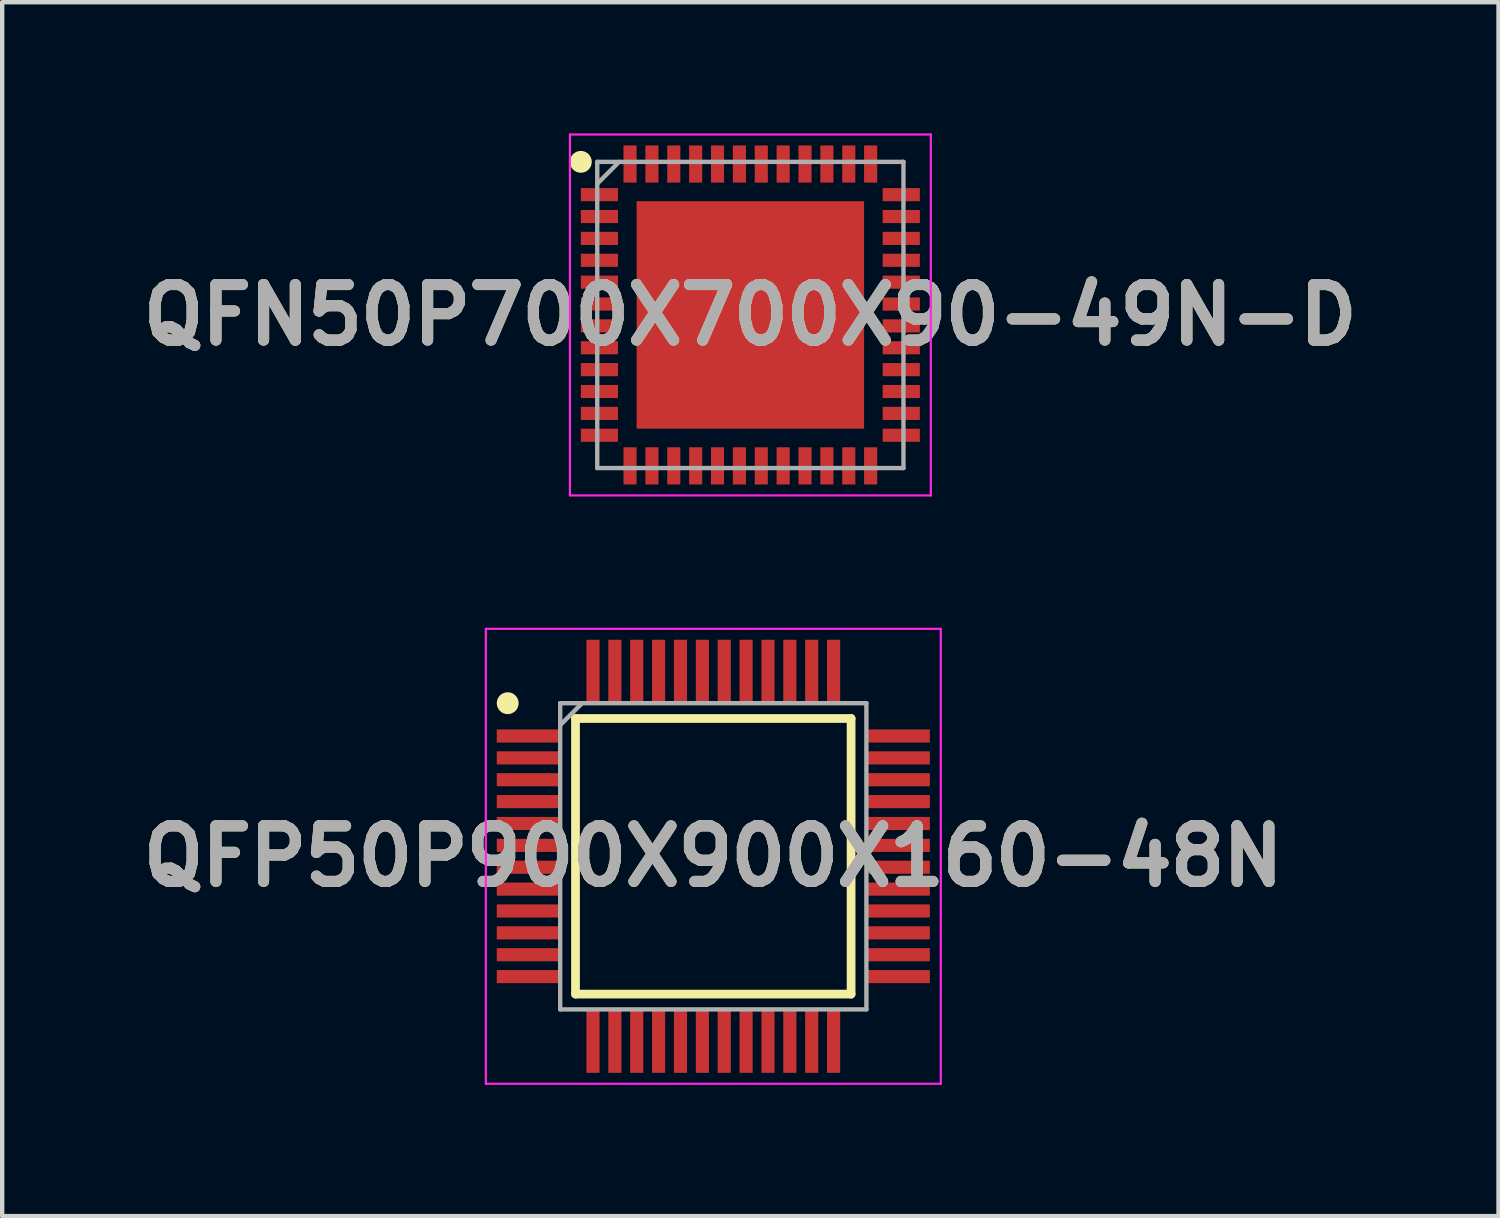
<source format=kicad_pcb>
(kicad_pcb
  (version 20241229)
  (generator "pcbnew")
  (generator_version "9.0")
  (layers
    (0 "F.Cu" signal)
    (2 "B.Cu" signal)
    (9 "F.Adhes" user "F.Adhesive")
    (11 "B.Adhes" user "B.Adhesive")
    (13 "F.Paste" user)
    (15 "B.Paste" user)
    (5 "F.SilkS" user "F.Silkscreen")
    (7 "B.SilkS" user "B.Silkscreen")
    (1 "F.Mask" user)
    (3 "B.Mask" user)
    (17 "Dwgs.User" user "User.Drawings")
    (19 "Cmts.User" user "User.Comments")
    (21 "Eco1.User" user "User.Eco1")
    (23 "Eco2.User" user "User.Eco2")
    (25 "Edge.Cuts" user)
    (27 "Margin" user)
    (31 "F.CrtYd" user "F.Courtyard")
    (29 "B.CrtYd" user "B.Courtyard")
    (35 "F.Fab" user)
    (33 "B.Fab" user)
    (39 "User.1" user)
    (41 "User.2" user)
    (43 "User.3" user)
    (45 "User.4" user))
  (footprint "QFP50P900X900X160-48N"
    (layer "F.Cu")
    (at 13.256 16.525)
    (property "Reference" "QFP50P900X900X160-48N" (at 0 0 0) (layer "F.SilkS") (effects (font (size 1.27 1.27) (thickness 0.254))))
    (attr smd)
    (fp_line (start -3.15 -3.15) (end 3.15 -3.15) (stroke (width 0.2) (type solid)) (layer "F.SilkS"))
    (fp_line (start -3.15 3.15) (end -3.15 -3.15) (stroke (width 0.2) (type solid)) (layer "F.SilkS"))
    (fp_line (start 3.15 -3.15) (end 3.15 3.15) (stroke (width 0.2) (type solid)) (layer "F.SilkS"))
    (fp_line (start 3.15 3.15) (end -3.15 3.15) (stroke (width 0.2) (type solid)) (layer "F.SilkS"))
    (fp_circle (center -4.7 -3.5) (end -4.7 -3.375) (stroke (width 0.25) (type solid)) (fill no) (layer "F.SilkS"))
    (fp_line (start -5.2 -5.2) (end 5.2 -5.2) (stroke (width 0.05) (type solid)) (layer "F.CrtYd"))
    (fp_line (start -5.2 5.2) (end -5.2 -5.2) (stroke (width 0.05) (type solid)) (layer "F.CrtYd"))
    (fp_line (start 5.2 -5.2) (end 5.2 5.2) (stroke (width 0.05) (type solid)) (layer "F.CrtYd"))
    (fp_line (start 5.2 5.2) (end -5.2 5.2) (stroke (width 0.05) (type solid)) (layer "F.CrtYd"))
    (fp_line (start -3.5 -3.5) (end 3.5 -3.5) (stroke (width 0.1) (type solid)) (layer "F.Fab"))
    (fp_line (start -3.5 -3) (end -3 -3.5) (stroke (width 0.1) (type solid)) (layer "F.Fab"))
    (fp_line (start -3.5 3.5) (end -3.5 -3.5) (stroke (width 0.1) (type solid)) (layer "F.Fab"))
    (fp_line (start 3.5 -3.5) (end 3.5 3.5) (stroke (width 0.1) (type solid)) (layer "F.Fab"))
    (fp_line (start 3.5 3.5) (end -3.5 3.5) (stroke (width 0.1) (type solid)) (layer "F.Fab"))
    (fp_text user "${REFERENCE}" (at 0 0 0) (layer "F.Fab") (effects (font (size 1.27 1.27) (thickness 0.254))))
    (pad "1" smd rect (at -4.225 -2.75 90) (size 0.3 1.45) (layers "F.Cu" "F.Mask" "F.Paste"))
    (pad "2" smd rect (at -4.225 -2.25 90) (size 0.3 1.45) (layers "F.Cu" "F.Mask" "F.Paste"))
    (pad "3" smd rect (at -4.225 -1.75 90) (size 0.3 1.45) (layers "F.Cu" "F.Mask" "F.Paste"))
    (pad "4" smd rect (at -4.225 -1.25 90) (size 0.3 1.45) (layers "F.Cu" "F.Mask" "F.Paste"))
    (pad "5" smd rect (at -4.225 -0.75 90) (size 0.3 1.45) (layers "F.Cu" "F.Mask" "F.Paste"))
    (pad "6" smd rect (at -4.225 -0.25 90) (size 0.3 1.45) (layers "F.Cu" "F.Mask" "F.Paste"))
    (pad "7" smd rect (at -4.225 0.25 90) (size 0.3 1.45) (layers "F.Cu" "F.Mask" "F.Paste"))
    (pad "8" smd rect (at -4.225 0.75 90) (size 0.3 1.45) (layers "F.Cu" "F.Mask" "F.Paste"))
    (pad "9" smd rect (at -4.225 1.25 90) (size 0.3 1.45) (layers "F.Cu" "F.Mask" "F.Paste"))
    (pad "10" smd rect (at -4.225 1.75 90) (size 0.3 1.45) (layers "F.Cu" "F.Mask" "F.Paste"))
    (pad "11" smd rect (at -4.225 2.25 90) (size 0.3 1.45) (layers "F.Cu" "F.Mask" "F.Paste"))
    (pad "12" smd rect (at -4.225 2.75 90) (size 0.3 1.45) (layers "F.Cu" "F.Mask" "F.Paste"))
    (pad "13" smd rect (at -2.75 4.225) (size 0.3 1.45) (layers "F.Cu" "F.Mask" "F.Paste"))
    (pad "14" smd rect (at -2.25 4.225) (size 0.3 1.45) (layers "F.Cu" "F.Mask" "F.Paste"))
    (pad "15" smd rect (at -1.75 4.225) (size 0.3 1.45) (layers "F.Cu" "F.Mask" "F.Paste"))
    (pad "16" smd rect (at -1.25 4.225) (size 0.3 1.45) (layers "F.Cu" "F.Mask" "F.Paste"))
    (pad "17" smd rect (at -0.75 4.225) (size 0.3 1.45) (layers "F.Cu" "F.Mask" "F.Paste"))
    (pad "18" smd rect (at -0.25 4.225) (size 0.3 1.45) (layers "F.Cu" "F.Mask" "F.Paste"))
    (pad "19" smd rect (at 0.25 4.225) (size 0.3 1.45) (layers "F.Cu" "F.Mask" "F.Paste"))
    (pad "20" smd rect (at 0.75 4.225) (size 0.3 1.45) (layers "F.Cu" "F.Mask" "F.Paste"))
    (pad "21" smd rect (at 1.25 4.225) (size 0.3 1.45) (layers "F.Cu" "F.Mask" "F.Paste"))
    (pad "22" smd rect (at 1.75 4.225) (size 0.3 1.45) (layers "F.Cu" "F.Mask" "F.Paste"))
    (pad "23" smd rect (at 2.25 4.225) (size 0.3 1.45) (layers "F.Cu" "F.Mask" "F.Paste"))
    (pad "24" smd rect (at 2.75 4.225) (size 0.3 1.45) (layers "F.Cu" "F.Mask" "F.Paste"))
    (pad "25" smd rect (at 4.225 2.75 90) (size 0.3 1.45) (layers "F.Cu" "F.Mask" "F.Paste"))
    (pad "26" smd rect (at 4.225 2.25 90) (size 0.3 1.45) (layers "F.Cu" "F.Mask" "F.Paste"))
    (pad "27" smd rect (at 4.225 1.75 90) (size 0.3 1.45) (layers "F.Cu" "F.Mask" "F.Paste"))
    (pad "28" smd rect (at 4.225 1.25 90) (size 0.3 1.45) (layers "F.Cu" "F.Mask" "F.Paste"))
    (pad "29" smd rect (at 4.225 0.75 90) (size 0.3 1.45) (layers "F.Cu" "F.Mask" "F.Paste"))
    (pad "30" smd rect (at 4.225 0.25 90) (size 0.3 1.45) (layers "F.Cu" "F.Mask" "F.Paste"))
    (pad "31" smd rect (at 4.225 -0.25 90) (size 0.3 1.45) (layers "F.Cu" "F.Mask" "F.Paste"))
    (pad "32" smd rect (at 4.225 -0.75 90) (size 0.3 1.45) (layers "F.Cu" "F.Mask" "F.Paste"))
    (pad "33" smd rect (at 4.225 -1.25 90) (size 0.3 1.45) (layers "F.Cu" "F.Mask" "F.Paste"))
    (pad "34" smd rect (at 4.225 -1.75 90) (size 0.3 1.45) (layers "F.Cu" "F.Mask" "F.Paste"))
    (pad "35" smd rect (at 4.225 -2.25 90) (size 0.3 1.45) (layers "F.Cu" "F.Mask" "F.Paste"))
    (pad "36" smd rect (at 4.225 -2.75 90) (size 0.3 1.45) (layers "F.Cu" "F.Mask" "F.Paste"))
    (pad "37" smd rect (at 2.75 -4.225) (size 0.3 1.45) (layers "F.Cu" "F.Mask" "F.Paste"))
    (pad "38" smd rect (at 2.25 -4.225) (size 0.3 1.45) (layers "F.Cu" "F.Mask" "F.Paste"))
    (pad "39" smd rect (at 1.75 -4.225) (size 0.3 1.45) (layers "F.Cu" "F.Mask" "F.Paste"))
    (pad "40" smd rect (at 1.25 -4.225) (size 0.3 1.45) (layers "F.Cu" "F.Mask" "F.Paste"))
    (pad "41" smd rect (at 0.75 -4.225) (size 0.3 1.45) (layers "F.Cu" "F.Mask" "F.Paste"))
    (pad "42" smd rect (at 0.25 -4.225) (size 0.3 1.45) (layers "F.Cu" "F.Mask" "F.Paste"))
    (pad "43" smd rect (at -0.25 -4.225) (size 0.3 1.45) (layers "F.Cu" "F.Mask" "F.Paste"))
    (pad "44" smd rect (at -0.75 -4.225) (size 0.3 1.45) (layers "F.Cu" "F.Mask" "F.Paste"))
    (pad "45" smd rect (at -1.25 -4.225) (size 0.3 1.45) (layers "F.Cu" "F.Mask" "F.Paste"))
    (pad "46" smd rect (at -1.75 -4.225) (size 0.3 1.45) (layers "F.Cu" "F.Mask" "F.Paste"))
    (pad "47" smd rect (at -2.25 -4.225) (size 0.3 1.45) (layers "F.Cu" "F.Mask" "F.Paste"))
    (pad "48" smd rect (at -2.75 -4.225) (size 0.3 1.45) (layers "F.Cu" "F.Mask" "F.Paste")))
  (footprint "QFN50P700X700X90-49N-D"
    (layer "F.Cu")
    (at 14.103 4.15)
    (property "Reference" "QFN50P700X700X90-49N-D" (at 0 0 0) (layer "F.SilkS") (effects (font (size 1.27 1.27) (thickness 0.254))))
    (attr smd)
    (fp_circle (center -3.875 -3.5) (end -3.875 -3.375) (stroke (width 0.25) (type solid)) (fill no) (layer "F.SilkS"))
    (fp_line (start -4.125 -4.125) (end 4.125 -4.125) (stroke (width 0.05) (type solid)) (layer "F.CrtYd"))
    (fp_line (start -4.125 4.125) (end -4.125 -4.125) (stroke (width 0.05) (type solid)) (layer "F.CrtYd"))
    (fp_line (start 4.125 -4.125) (end 4.125 4.125) (stroke (width 0.05) (type solid)) (layer "F.CrtYd"))
    (fp_line (start 4.125 4.125) (end -4.125 4.125) (stroke (width 0.05) (type solid)) (layer "F.CrtYd"))
    (fp_line (start -3.5 -3.5) (end 3.5 -3.5) (stroke (width 0.1) (type solid)) (layer "F.Fab"))
    (fp_line (start -3.5 -3) (end -3 -3.5) (stroke (width 0.1) (type solid)) (layer "F.Fab"))
    (fp_line (start -3.5 3.5) (end -3.5 -3.5) (stroke (width 0.1) (type solid)) (layer "F.Fab"))
    (fp_line (start 3.5 -3.5) (end 3.5 3.5) (stroke (width 0.1) (type solid)) (layer "F.Fab"))
    (fp_line (start 3.5 3.5) (end -3.5 3.5) (stroke (width 0.1) (type solid)) (layer "F.Fab"))
    (fp_text user "${REFERENCE}" (at 0 0 0) (layer "F.Fab") (effects (font (size 1.27 1.27) (thickness 0.254))))
    (pad "1" smd rect (at -3.45 -2.75 90) (size 0.3 0.85) (layers "F.Cu" "F.Mask" "F.Paste"))
    (pad "2" smd rect (at -3.45 -2.25 90) (size 0.3 0.85) (layers "F.Cu" "F.Mask" "F.Paste"))
    (pad "3" smd rect (at -3.45 -1.75 90) (size 0.3 0.85) (layers "F.Cu" "F.Mask" "F.Paste"))
    (pad "4" smd rect (at -3.45 -1.25 90) (size 0.3 0.85) (layers "F.Cu" "F.Mask" "F.Paste"))
    (pad "5" smd rect (at -3.45 -0.75 90) (size 0.3 0.85) (layers "F.Cu" "F.Mask" "F.Paste"))
    (pad "6" smd rect (at -3.45 -0.25 90) (size 0.3 0.85) (layers "F.Cu" "F.Mask" "F.Paste"))
    (pad "7" smd rect (at -3.45 0.25 90) (size 0.3 0.85) (layers "F.Cu" "F.Mask" "F.Paste"))
    (pad "8" smd rect (at -3.45 0.75 90) (size 0.3 0.85) (layers "F.Cu" "F.Mask" "F.Paste"))
    (pad "9" smd rect (at -3.45 1.25 90) (size 0.3 0.85) (layers "F.Cu" "F.Mask" "F.Paste"))
    (pad "10" smd rect (at -3.45 1.75 90) (size 0.3 0.85) (layers "F.Cu" "F.Mask" "F.Paste"))
    (pad "11" smd rect (at -3.45 2.25 90) (size 0.3 0.85) (layers "F.Cu" "F.Mask" "F.Paste"))
    (pad "12" smd rect (at -3.45 2.75 90) (size 0.3 0.85) (layers "F.Cu" "F.Mask" "F.Paste"))
    (pad "13" smd rect (at -2.75 3.45) (size 0.3 0.85) (layers "F.Cu" "F.Mask" "F.Paste"))
    (pad "14" smd rect (at -2.25 3.45) (size 0.3 0.85) (layers "F.Cu" "F.Mask" "F.Paste"))
    (pad "15" smd rect (at -1.75 3.45) (size 0.3 0.85) (layers "F.Cu" "F.Mask" "F.Paste"))
    (pad "16" smd rect (at -1.25 3.45) (size 0.3 0.85) (layers "F.Cu" "F.Mask" "F.Paste"))
    (pad "17" smd rect (at -0.75 3.45) (size 0.3 0.85) (layers "F.Cu" "F.Mask" "F.Paste"))
    (pad "18" smd rect (at -0.25 3.45) (size 0.3 0.85) (layers "F.Cu" "F.Mask" "F.Paste"))
    (pad "19" smd rect (at 0.25 3.45) (size 0.3 0.85) (layers "F.Cu" "F.Mask" "F.Paste"))
    (pad "20" smd rect (at 0.75 3.45) (size 0.3 0.85) (layers "F.Cu" "F.Mask" "F.Paste"))
    (pad "21" smd rect (at 1.25 3.45) (size 0.3 0.85) (layers "F.Cu" "F.Mask" "F.Paste"))
    (pad "22" smd rect (at 1.75 3.45) (size 0.3 0.85) (layers "F.Cu" "F.Mask" "F.Paste"))
    (pad "23" smd rect (at 2.25 3.45) (size 0.3 0.85) (layers "F.Cu" "F.Mask" "F.Paste"))
    (pad "24" smd rect (at 2.75 3.45) (size 0.3 0.85) (layers "F.Cu" "F.Mask" "F.Paste"))
    (pad "25" smd rect (at 3.45 2.75 90) (size 0.3 0.85) (layers "F.Cu" "F.Mask" "F.Paste"))
    (pad "26" smd rect (at 3.45 2.25 90) (size 0.3 0.85) (layers "F.Cu" "F.Mask" "F.Paste"))
    (pad "27" smd rect (at 3.45 1.75 90) (size 0.3 0.85) (layers "F.Cu" "F.Mask" "F.Paste"))
    (pad "28" smd rect (at 3.45 1.25 90) (size 0.3 0.85) (layers "F.Cu" "F.Mask" "F.Paste"))
    (pad "29" smd rect (at 3.45 0.75 90) (size 0.3 0.85) (layers "F.Cu" "F.Mask" "F.Paste"))
    (pad "30" smd rect (at 3.45 0.25 90) (size 0.3 0.85) (layers "F.Cu" "F.Mask" "F.Paste"))
    (pad "31" smd rect (at 3.45 -0.25 90) (size 0.3 0.85) (layers "F.Cu" "F.Mask" "F.Paste"))
    (pad "32" smd rect (at 3.45 -0.75 90) (size 0.3 0.85) (layers "F.Cu" "F.Mask" "F.Paste"))
    (pad "33" smd rect (at 3.45 -1.25 90) (size 0.3 0.85) (layers "F.Cu" "F.Mask" "F.Paste"))
    (pad "34" smd rect (at 3.45 -1.75 90) (size 0.3 0.85) (layers "F.Cu" "F.Mask" "F.Paste"))
    (pad "35" smd rect (at 3.45 -2.25 90) (size 0.3 0.85) (layers "F.Cu" "F.Mask" "F.Paste"))
    (pad "36" smd rect (at 3.45 -2.75 90) (size 0.3 0.85) (layers "F.Cu" "F.Mask" "F.Paste"))
    (pad "37" smd rect (at 2.75 -3.45) (size 0.3 0.85) (layers "F.Cu" "F.Mask" "F.Paste"))
    (pad "38" smd rect (at 2.25 -3.45) (size 0.3 0.85) (layers "F.Cu" "F.Mask" "F.Paste"))
    (pad "39" smd rect (at 1.75 -3.45) (size 0.3 0.85) (layers "F.Cu" "F.Mask" "F.Paste"))
    (pad "40" smd rect (at 1.25 -3.45) (size 0.3 0.85) (layers "F.Cu" "F.Mask" "F.Paste"))
    (pad "41" smd rect (at 0.75 -3.45) (size 0.3 0.85) (layers "F.Cu" "F.Mask" "F.Paste"))
    (pad "42" smd rect (at 0.25 -3.45) (size 0.3 0.85) (layers "F.Cu" "F.Mask" "F.Paste"))
    (pad "43" smd rect (at -0.25 -3.45) (size 0.3 0.85) (layers "F.Cu" "F.Mask" "F.Paste"))
    (pad "44" smd rect (at -0.75 -3.45) (size 0.3 0.85) (layers "F.Cu" "F.Mask" "F.Paste"))
    (pad "45" smd rect (at -1.25 -3.45) (size 0.3 0.85) (layers "F.Cu" "F.Mask" "F.Paste"))
    (pad "46" smd rect (at -1.75 -3.45) (size 0.3 0.85) (layers "F.Cu" "F.Mask" "F.Paste"))
    (pad "47" smd rect (at -2.25 -3.45) (size 0.3 0.85) (layers "F.Cu" "F.Mask" "F.Paste"))
    (pad "48" smd rect (at -2.75 -3.45) (size 0.3 0.85) (layers "F.Cu" "F.Mask" "F.Paste"))
    (pad "49" smd rect (at 0 0) (size 5.2 5.2) (layers "F.Cu" "F.Mask" "F.Paste")))
  (gr_rect
    (start -3 -3)
    (end 31.206 24.75)
    (stroke (width 0.1) (type default))
    (fill no)
    (layer "Edge.Cuts")))
</source>
